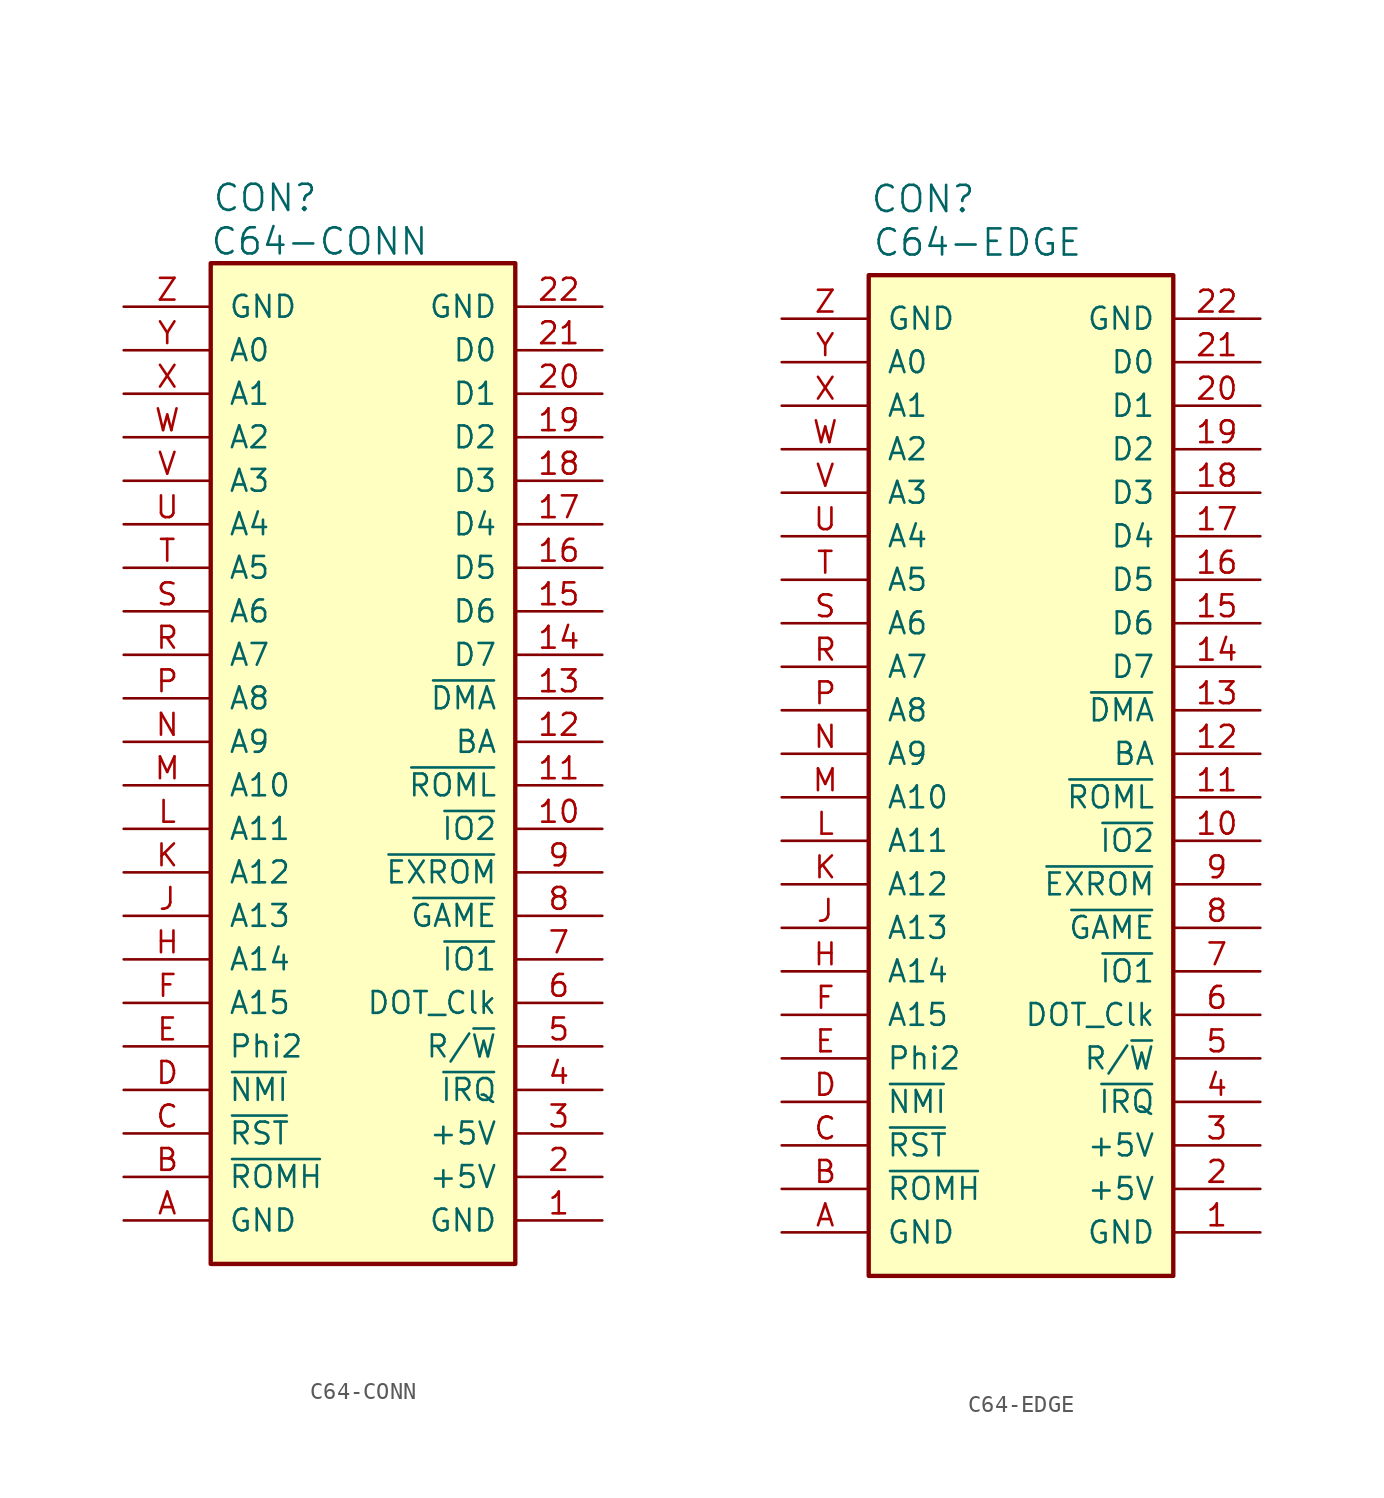
<source format=kicad_sym>
(kicad_symbol_lib
  (version 20220914)
  (generator kicad_symbol_editor)
  (symbol "C64-CONN"
    (pin_names
      (offset 1.016))
    (property "Reference" "CON"
      (at 3.175 3.81 0)
      (effects (font (size 1.524 1.524))))
    (property "Value" "C64-CONN"
      (at 6.35 1.27 0)
      (effects (font (size 1.524 1.524))))
    (symbol "C64-CONN_0_1"
      (rectangle (start 0 -58.42) (end 17.78 0) (stroke (width 0.254) (type default)) (fill (type background))))
    (symbol "C64-CONN_1_1"
      (pin passive line (at 22.86 -55.88 180) (length 5.08) (name "GND" (effects (font (size 1.27 1.27)))) (number "1" (effects (font (size 1.27 1.27)))))
      (pin passive line (at 22.86 -33.02 180) (length 5.08) (name "~{IO2}" (effects (font (size 1.27 1.27)))) (number "10" (effects (font (size 1.27 1.27)))))
      (pin passive line (at 22.86 -30.48 180) (length 5.08) (name "~{ROML}" (effects (font (size 1.27 1.27)))) (number "11" (effects (font (size 1.27 1.27)))))
      (pin passive line (at 22.86 -27.94 180) (length 5.08) (name "BA" (effects (font (size 1.27 1.27)))) (number "12" (effects (font (size 1.27 1.27)))))
      (pin passive line (at 22.86 -25.4 180) (length 5.08) (name "~{DMA}" (effects (font (size 1.27 1.27)))) (number "13" (effects (font (size 1.27 1.27)))))
      (pin passive line (at 22.86 -22.86 180) (length 5.08) (name "D7" (effects (font (size 1.27 1.27)))) (number "14" (effects (font (size 1.27 1.27)))))
      (pin passive line (at 22.86 -20.32 180) (length 5.08) (name "D6" (effects (font (size 1.27 1.27)))) (number "15" (effects (font (size 1.27 1.27)))))
      (pin passive line (at 22.86 -17.78 180) (length 5.08) (name "D5" (effects (font (size 1.27 1.27)))) (number "16" (effects (font (size 1.27 1.27)))))
      (pin passive line (at 22.86 -15.24 180) (length 5.08) (name "D4" (effects (font (size 1.27 1.27)))) (number "17" (effects (font (size 1.27 1.27)))))
      (pin passive line (at 22.86 -12.7 180) (length 5.08) (name "D3" (effects (font (size 1.27 1.27)))) (number "18" (effects (font (size 1.27 1.27)))))
      (pin passive line (at 22.86 -10.16 180) (length 5.08) (name "D2" (effects (font (size 1.27 1.27)))) (number "19" (effects (font (size 1.27 1.27)))))
      (pin passive line (at 22.86 -53.34 180) (length 5.08) (name "+5V" (effects (font (size 1.27 1.27)))) (number "2" (effects (font (size 1.27 1.27)))))
      (pin passive line (at 22.86 -7.62 180) (length 5.08) (name "D1" (effects (font (size 1.27 1.27)))) (number "20" (effects (font (size 1.27 1.27)))))
      (pin passive line (at 22.86 -5.08 180) (length 5.08) (name "D0" (effects (font (size 1.27 1.27)))) (number "21" (effects (font (size 1.27 1.27)))))
      (pin passive line (at 22.86 -2.54 180) (length 5.08) (name "GND" (effects (font (size 1.27 1.27)))) (number "22" (effects (font (size 1.27 1.27)))))
      (pin passive line (at 22.86 -50.8 180) (length 5.08) (name "+5V" (effects (font (size 1.27 1.27)))) (number "3" (effects (font (size 1.27 1.27)))))
      (pin passive line (at 22.86 -48.26 180) (length 5.08) (name "~{IRQ}" (effects (font (size 1.27 1.27)))) (number "4" (effects (font (size 1.27 1.27)))))
      (pin passive line (at 22.86 -45.72 180) (length 5.08) (name "R/~{W}" (effects (font (size 1.27 1.27)))) (number "5" (effects (font (size 1.27 1.27)))))
      (pin passive line (at 22.86 -43.18 180) (length 5.08) (name "DOT_Clk" (effects (font (size 1.27 1.27)))) (number "6" (effects (font (size 1.27 1.27)))))
      (pin passive line (at 22.86 -40.64 180) (length 5.08) (name "~{IO1}" (effects (font (size 1.27 1.27)))) (number "7" (effects (font (size 1.27 1.27)))))
      (pin passive line (at 22.86 -38.1 180) (length 5.08) (name "~{GAME}" (effects (font (size 1.27 1.27)))) (number "8" (effects (font (size 1.27 1.27)))))
      (pin passive line (at 22.86 -35.56 180) (length 5.08) (name "~{EXROM}" (effects (font (size 1.27 1.27)))) (number "9" (effects (font (size 1.27 1.27)))))
      (pin passive line (at -5.08 -55.88 0) (length 5.08) (name "GND" (effects (font (size 1.27 1.27)))) (number "A" (effects (font (size 1.27 1.27)))))
      (pin passive line (at -5.08 -53.34 0) (length 5.08) (name "~{ROMH}" (effects (font (size 1.27 1.27)))) (number "B" (effects (font (size 1.27 1.27)))))
      (pin passive line (at -5.08 -50.8 0) (length 5.08) (name "~{RST}" (effects (font (size 1.27 1.27)))) (number "C" (effects (font (size 1.27 1.27)))))
      (pin passive line (at -5.08 -48.26 0) (length 5.08) (name "~{NMI}" (effects (font (size 1.27 1.27)))) (number "D" (effects (font (size 1.27 1.27)))))
      (pin passive line (at -5.08 -45.72 0) (length 5.08) (name "Phi2" (effects (font (size 1.27 1.27)))) (number "E" (effects (font (size 1.27 1.27)))))
      (pin passive line (at -5.08 -43.18 0) (length 5.08) (name "A15" (effects (font (size 1.27 1.27)))) (number "F" (effects (font (size 1.27 1.27)))))
      (pin passive line (at -5.08 -40.64 0) (length 5.08) (name "A14" (effects (font (size 1.27 1.27)))) (number "H" (effects (font (size 1.27 1.27)))))
      (pin passive line (at -5.08 -38.1 0) (length 5.08) (name "A13" (effects (font (size 1.27 1.27)))) (number "J" (effects (font (size 1.27 1.27)))))
      (pin passive line (at -5.08 -35.56 0) (length 5.08) (name "A12" (effects (font (size 1.27 1.27)))) (number "K" (effects (font (size 1.27 1.27)))))
      (pin passive line (at -5.08 -33.02 0) (length 5.08) (name "A11" (effects (font (size 1.27 1.27)))) (number "L" (effects (font (size 1.27 1.27)))))
      (pin passive line (at -5.08 -30.48 0) (length 5.08) (name "A10" (effects (font (size 1.27 1.27)))) (number "M" (effects (font (size 1.27 1.27)))))
      (pin passive line (at -5.08 -27.94 0) (length 5.08) (name "A9" (effects (font (size 1.27 1.27)))) (number "N" (effects (font (size 1.27 1.27)))))
      (pin passive line (at -5.08 -25.4 0) (length 5.08) (name "A8" (effects (font (size 1.27 1.27)))) (number "P" (effects (font (size 1.27 1.27)))))
      (pin passive line (at -5.08 -22.86 0) (length 5.08) (name "A7" (effects (font (size 1.27 1.27)))) (number "R" (effects (font (size 1.27 1.27)))))
      (pin passive line (at -5.08 -20.32 0) (length 5.08) (name "A6" (effects (font (size 1.27 1.27)))) (number "S" (effects (font (size 1.27 1.27)))))
      (pin passive line (at -5.08 -17.78 0) (length 5.08) (name "A5" (effects (font (size 1.27 1.27)))) (number "T" (effects (font (size 1.27 1.27)))))
      (pin passive line (at -5.08 -15.24 0) (length 5.08) (name "A4" (effects (font (size 1.27 1.27)))) (number "U" (effects (font (size 1.27 1.27)))))
      (pin passive line (at -5.08 -12.7 0) (length 5.08) (name "A3" (effects (font (size 1.27 1.27)))) (number "V" (effects (font (size 1.27 1.27)))))
      (pin passive line (at -5.08 -10.16 0) (length 5.08) (name "A2" (effects (font (size 1.27 1.27)))) (number "W" (effects (font (size 1.27 1.27)))))
      (pin passive line (at -5.08 -7.62 0) (length 5.08) (name "A1" (effects (font (size 1.27 1.27)))) (number "X" (effects (font (size 1.27 1.27)))))
      (pin passive line (at -5.08 -5.08 0) (length 5.08) (name "A0" (effects (font (size 1.27 1.27)))) (number "Y" (effects (font (size 1.27 1.27)))))
      (pin passive line (at -5.08 -2.54 0) (length 5.08) (name "GND" (effects (font (size 1.27 1.27)))) (number "Z" (effects (font (size 1.27 1.27)))))))
  (symbol "C64-EDGE"
    (pin_names
      (offset 1.016))
    (property "Reference" "CON"
      (at 3.175 4.445 0)
      (effects (font (size 1.524 1.524))))
    (property "Value" "C64-EDGE"
      (at 6.35 1.905 0)
      (effects (font (size 1.524 1.524))))
    (symbol "C64-EDGE_0_1"
      (rectangle (start 0 -58.42) (end 17.78 0) (stroke (width 0.254) (type default)) (fill (type background))))
    (symbol "C64-EDGE_1_1"
      (pin passive line (at 22.86 -55.88 180) (length 5.08) (name "GND" (effects (font (size 1.27 1.27)))) (number "1" (effects (font (size 1.27 1.27)))))
      (pin passive line (at 22.86 -33.02 180) (length 5.08) (name "~{IO2}" (effects (font (size 1.27 1.27)))) (number "10" (effects (font (size 1.27 1.27)))))
      (pin passive line (at 22.86 -30.48 180) (length 5.08) (name "~{ROML}" (effects (font (size 1.27 1.27)))) (number "11" (effects (font (size 1.27 1.27)))))
      (pin passive line (at 22.86 -27.94 180) (length 5.08) (name "BA" (effects (font (size 1.27 1.27)))) (number "12" (effects (font (size 1.27 1.27)))))
      (pin passive line (at 22.86 -25.4 180) (length 5.08) (name "~{DMA}" (effects (font (size 1.27 1.27)))) (number "13" (effects (font (size 1.27 1.27)))))
      (pin passive line (at 22.86 -22.86 180) (length 5.08) (name "D7" (effects (font (size 1.27 1.27)))) (number "14" (effects (font (size 1.27 1.27)))))
      (pin passive line (at 22.86 -20.32 180) (length 5.08) (name "D6" (effects (font (size 1.27 1.27)))) (number "15" (effects (font (size 1.27 1.27)))))
      (pin passive line (at 22.86 -17.78 180) (length 5.08) (name "D5" (effects (font (size 1.27 1.27)))) (number "16" (effects (font (size 1.27 1.27)))))
      (pin passive line (at 22.86 -15.24 180) (length 5.08) (name "D4" (effects (font (size 1.27 1.27)))) (number "17" (effects (font (size 1.27 1.27)))))
      (pin passive line (at 22.86 -12.7 180) (length 5.08) (name "D3" (effects (font (size 1.27 1.27)))) (number "18" (effects (font (size 1.27 1.27)))))
      (pin passive line (at 22.86 -10.16 180) (length 5.08) (name "D2" (effects (font (size 1.27 1.27)))) (number "19" (effects (font (size 1.27 1.27)))))
      (pin passive line (at 22.86 -53.34 180) (length 5.08) (name "+5V" (effects (font (size 1.27 1.27)))) (number "2" (effects (font (size 1.27 1.27)))))
      (pin passive line (at 22.86 -7.62 180) (length 5.08) (name "D1" (effects (font (size 1.27 1.27)))) (number "20" (effects (font (size 1.27 1.27)))))
      (pin passive line (at 22.86 -5.08 180) (length 5.08) (name "D0" (effects (font (size 1.27 1.27)))) (number "21" (effects (font (size 1.27 1.27)))))
      (pin passive line (at 22.86 -2.54 180) (length 5.08) (name "GND" (effects (font (size 1.27 1.27)))) (number "22" (effects (font (size 1.27 1.27)))))
      (pin passive line (at 22.86 -50.8 180) (length 5.08) (name "+5V" (effects (font (size 1.27 1.27)))) (number "3" (effects (font (size 1.27 1.27)))))
      (pin passive line (at 22.86 -48.26 180) (length 5.08) (name "~{IRQ}" (effects (font (size 1.27 1.27)))) (number "4" (effects (font (size 1.27 1.27)))))
      (pin passive line (at 22.86 -45.72 180) (length 5.08) (name "R/~{W}" (effects (font (size 1.27 1.27)))) (number "5" (effects (font (size 1.27 1.27)))))
      (pin passive line (at 22.86 -43.18 180) (length 5.08) (name "DOT_Clk" (effects (font (size 1.27 1.27)))) (number "6" (effects (font (size 1.27 1.27)))))
      (pin passive line (at 22.86 -40.64 180) (length 5.08) (name "~{IO1}" (effects (font (size 1.27 1.27)))) (number "7" (effects (font (size 1.27 1.27)))))
      (pin passive line (at 22.86 -38.1 180) (length 5.08) (name "~{GAME}" (effects (font (size 1.27 1.27)))) (number "8" (effects (font (size 1.27 1.27)))))
      (pin passive line (at 22.86 -35.56 180) (length 5.08) (name "~{EXROM}" (effects (font (size 1.27 1.27)))) (number "9" (effects (font (size 1.27 1.27)))))
      (pin passive line (at -5.08 -55.88 0) (length 5.08) (name "GND" (effects (font (size 1.27 1.27)))) (number "A" (effects (font (size 1.27 1.27)))))
      (pin passive line (at -5.08 -53.34 0) (length 5.08) (name "~{ROMH}" (effects (font (size 1.27 1.27)))) (number "B" (effects (font (size 1.27 1.27)))))
      (pin passive line (at -5.08 -50.8 0) (length 5.08) (name "~{RST}" (effects (font (size 1.27 1.27)))) (number "C" (effects (font (size 1.27 1.27)))))
      (pin passive line (at -5.08 -48.26 0) (length 5.08) (name "~{NMI}" (effects (font (size 1.27 1.27)))) (number "D" (effects (font (size 1.27 1.27)))))
      (pin passive line (at -5.08 -45.72 0) (length 5.08) (name "Phi2" (effects (font (size 1.27 1.27)))) (number "E" (effects (font (size 1.27 1.27)))))
      (pin passive line (at -5.08 -43.18 0) (length 5.08) (name "A15" (effects (font (size 1.27 1.27)))) (number "F" (effects (font (size 1.27 1.27)))))
      (pin passive line (at -5.08 -40.64 0) (length 5.08) (name "A14" (effects (font (size 1.27 1.27)))) (number "H" (effects (font (size 1.27 1.27)))))
      (pin passive line (at -5.08 -38.1 0) (length 5.08) (name "A13" (effects (font (size 1.27 1.27)))) (number "J" (effects (font (size 1.27 1.27)))))
      (pin passive line (at -5.08 -35.56 0) (length 5.08) (name "A12" (effects (font (size 1.27 1.27)))) (number "K" (effects (font (size 1.27 1.27)))))
      (pin passive line (at -5.08 -33.02 0) (length 5.08) (name "A11" (effects (font (size 1.27 1.27)))) (number "L" (effects (font (size 1.27 1.27)))))
      (pin passive line (at -5.08 -30.48 0) (length 5.08) (name "A10" (effects (font (size 1.27 1.27)))) (number "M" (effects (font (size 1.27 1.27)))))
      (pin passive line (at -5.08 -27.94 0) (length 5.08) (name "A9" (effects (font (size 1.27 1.27)))) (number "N" (effects (font (size 1.27 1.27)))))
      (pin passive line (at -5.08 -25.4 0) (length 5.08) (name "A8" (effects (font (size 1.27 1.27)))) (number "P" (effects (font (size 1.27 1.27)))))
      (pin passive line (at -5.08 -22.86 0) (length 5.08) (name "A7" (effects (font (size 1.27 1.27)))) (number "R" (effects (font (size 1.27 1.27)))))
      (pin passive line (at -5.08 -20.32 0) (length 5.08) (name "A6" (effects (font (size 1.27 1.27)))) (number "S" (effects (font (size 1.27 1.27)))))
      (pin passive line (at -5.08 -17.78 0) (length 5.08) (name "A5" (effects (font (size 1.27 1.27)))) (number "T" (effects (font (size 1.27 1.27)))))
      (pin passive line (at -5.08 -15.24 0) (length 5.08) (name "A4" (effects (font (size 1.27 1.27)))) (number "U" (effects (font (size 1.27 1.27)))))
      (pin passive line (at -5.08 -12.7 0) (length 5.08) (name "A3" (effects (font (size 1.27 1.27)))) (number "V" (effects (font (size 1.27 1.27)))))
      (pin passive line (at -5.08 -10.16 0) (length 5.08) (name "A2" (effects (font (size 1.27 1.27)))) (number "W" (effects (font (size 1.27 1.27)))))
      (pin passive line (at -5.08 -7.62 0) (length 5.08) (name "A1" (effects (font (size 1.27 1.27)))) (number "X" (effects (font (size 1.27 1.27)))))
      (pin passive line (at -5.08 -5.08 0) (length 5.08) (name "A0" (effects (font (size 1.27 1.27)))) (number "Y" (effects (font (size 1.27 1.27)))))
      (pin passive line (at -5.08 -2.54 0) (length 5.08) (name "GND" (effects (font (size 1.27 1.27)))) (number "Z" (effects (font (size 1.27 1.27))))))))
</source>
